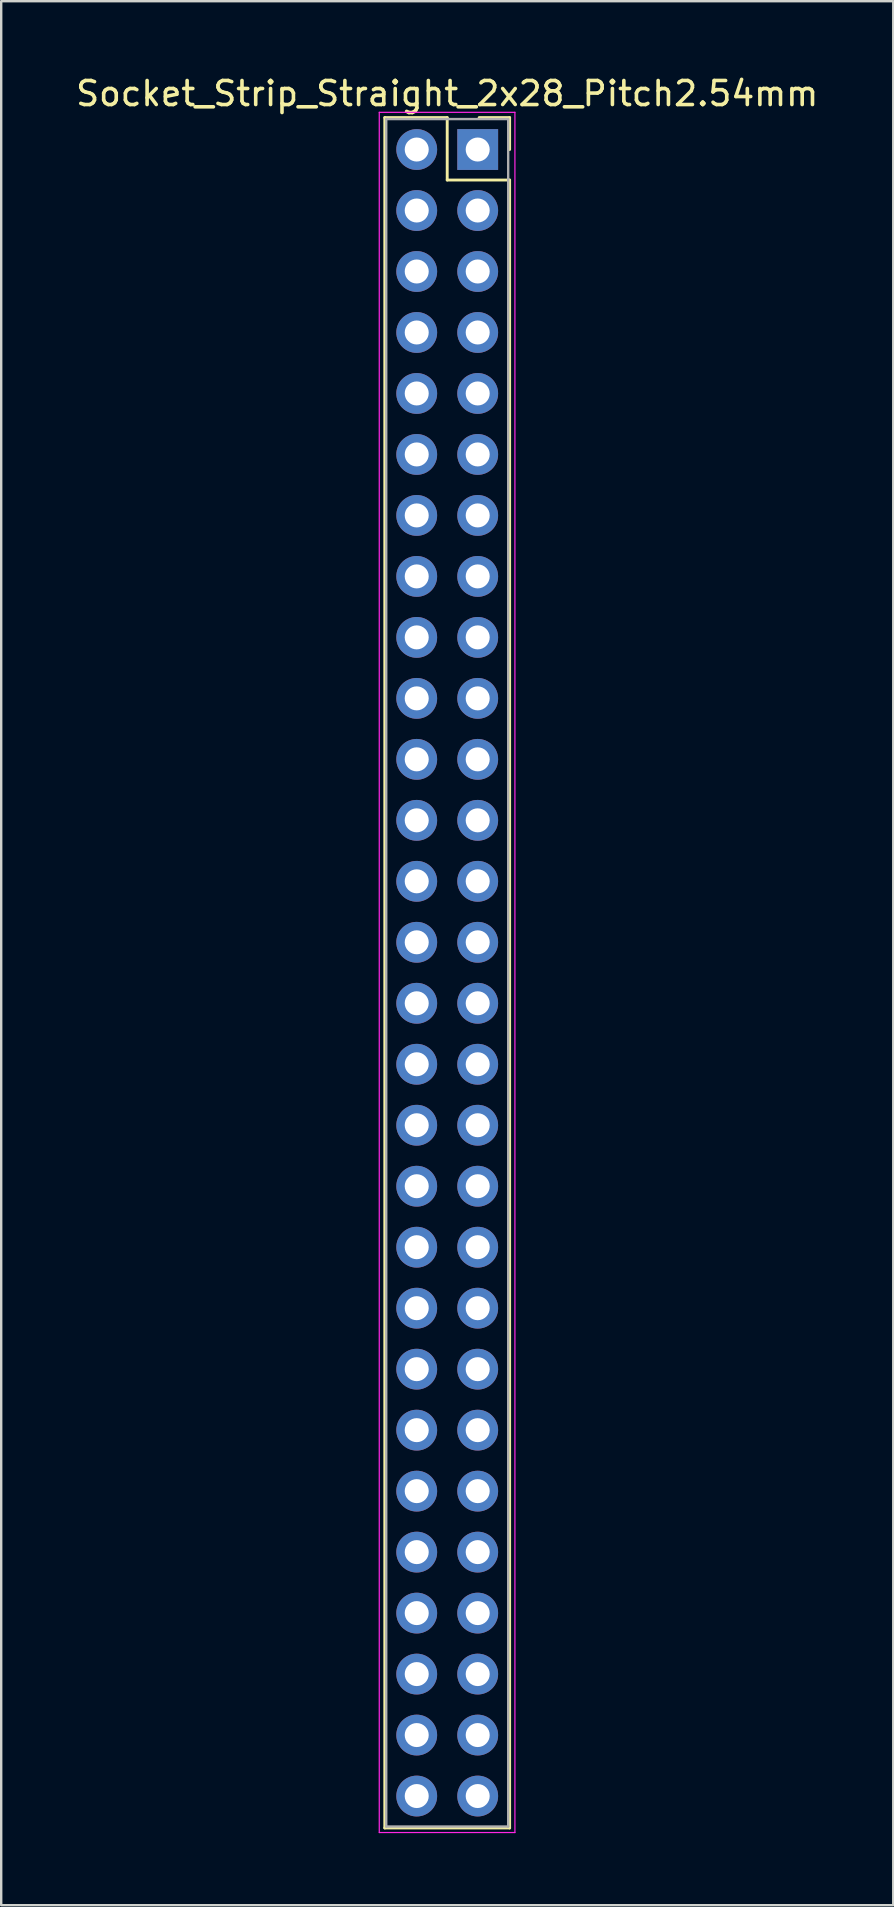
<source format=kicad_pcb>
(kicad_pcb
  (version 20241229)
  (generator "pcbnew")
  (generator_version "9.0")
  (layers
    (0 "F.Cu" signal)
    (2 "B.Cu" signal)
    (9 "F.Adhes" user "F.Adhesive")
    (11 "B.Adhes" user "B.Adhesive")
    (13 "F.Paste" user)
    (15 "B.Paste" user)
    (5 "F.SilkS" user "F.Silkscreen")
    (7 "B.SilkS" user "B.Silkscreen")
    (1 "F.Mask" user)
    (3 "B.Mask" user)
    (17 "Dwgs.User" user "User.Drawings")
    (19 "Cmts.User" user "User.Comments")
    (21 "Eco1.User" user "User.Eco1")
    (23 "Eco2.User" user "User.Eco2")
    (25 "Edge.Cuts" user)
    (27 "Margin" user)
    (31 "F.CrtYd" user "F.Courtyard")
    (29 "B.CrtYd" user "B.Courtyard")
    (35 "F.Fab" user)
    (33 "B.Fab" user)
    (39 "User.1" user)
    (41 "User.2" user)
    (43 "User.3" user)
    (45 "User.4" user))
  (footprint "Socket_Strip_Straight_2x28_Pitch2.54mm"
    (layer "F.Cu")
    (at 16.847 3.178)
    (property "Reference" "Socket_Strip_Straight_2x28_Pitch2.54mm" (at -1.27 -2.33 0) (layer "F.SilkS") (effects (font (size 1 1) (thickness 0.15))))
    (attr through_hole)
    (fp_line (start -3.87 -1.33) (end -1.27 -1.33) (stroke (width 0.12) (type solid)) (layer "F.SilkS"))
    (fp_line (start -3.87 69.91) (end -3.87 -1.33) (stroke (width 0.12) (type solid)) (layer "F.SilkS"))
    (fp_line (start -1.27 -1.33) (end -1.27 1.27) (stroke (width 0.12) (type solid)) (layer "F.SilkS"))
    (fp_line (start -1.27 1.27) (end 1.33 1.27) (stroke (width 0.12) (type solid)) (layer "F.SilkS"))
    (fp_line (start 1.33 -1.33) (end 0.06 -1.33) (stroke (width 0.12) (type solid)) (layer "F.SilkS"))
    (fp_line (start 1.33 0) (end 1.33 -1.33) (stroke (width 0.12) (type solid)) (layer "F.SilkS"))
    (fp_line (start 1.33 1.27) (end 1.33 69.91) (stroke (width 0.12) (type solid)) (layer "F.SilkS"))
    (fp_line (start 1.33 69.91) (end -3.87 69.91) (stroke (width 0.12) (type solid)) (layer "F.SilkS"))
    (fp_line (start -4.1 -1.55) (end -4.1 70.1) (stroke (width 0.05) (type solid)) (layer "F.CrtYd"))
    (fp_line (start -4.1 70.1) (end 1.55 70.1) (stroke (width 0.05) (type solid)) (layer "F.CrtYd"))
    (fp_line (start 1.55 -1.55) (end -4.1 -1.55) (stroke (width 0.05) (type solid)) (layer "F.CrtYd"))
    (fp_line (start 1.55 70.1) (end 1.55 -1.55) (stroke (width 0.05) (type solid)) (layer "F.CrtYd"))
    (fp_line (start -3.81 -1.27) (end -3.81 69.85) (stroke (width 0.1) (type solid)) (layer "F.Fab"))
    (fp_line (start -3.81 69.85) (end 1.27 69.85) (stroke (width 0.1) (type solid)) (layer "F.Fab"))
    (fp_line (start 1.27 -1.27) (end -3.81 -1.27) (stroke (width 0.1) (type solid)) (layer "F.Fab"))
    (fp_line (start 1.27 69.85) (end 1.27 -1.27) (stroke (width 0.1) (type solid)) (layer "F.Fab"))
    (pad "1" thru_hole rect (at 0 0) (size 1.7 1.7) (drill 1) (layers "*.Cu" "*.Mask"))
    (pad "2" thru_hole oval (at -2.54 0) (size 1.7 1.7) (drill 1) (layers "*.Cu" "*.Mask"))
    (pad "3" thru_hole oval (at 0 2.54) (size 1.7 1.7) (drill 1) (layers "*.Cu" "*.Mask"))
    (pad "4" thru_hole oval (at -2.54 2.54) (size 1.7 1.7) (drill 1) (layers "*.Cu" "*.Mask"))
    (pad "5" thru_hole oval (at 0 5.08) (size 1.7 1.7) (drill 1) (layers "*.Cu" "*.Mask"))
    (pad "6" thru_hole oval (at -2.54 5.08) (size 1.7 1.7) (drill 1) (layers "*.Cu" "*.Mask"))
    (pad "7" thru_hole oval (at 0 7.62) (size 1.7 1.7) (drill 1) (layers "*.Cu" "*.Mask"))
    (pad "8" thru_hole oval (at -2.54 7.62) (size 1.7 1.7) (drill 1) (layers "*.Cu" "*.Mask"))
    (pad "9" thru_hole oval (at 0 10.16) (size 1.7 1.7) (drill 1) (layers "*.Cu" "*.Mask"))
    (pad "10" thru_hole oval (at -2.54 10.16) (size 1.7 1.7) (drill 1) (layers "*.Cu" "*.Mask"))
    (pad "11" thru_hole oval (at 0 12.7) (size 1.7 1.7) (drill 1) (layers "*.Cu" "*.Mask"))
    (pad "12" thru_hole oval (at -2.54 12.7) (size 1.7 1.7) (drill 1) (layers "*.Cu" "*.Mask"))
    (pad "13" thru_hole oval (at 0 15.24) (size 1.7 1.7) (drill 1) (layers "*.Cu" "*.Mask"))
    (pad "14" thru_hole oval (at -2.54 15.24) (size 1.7 1.7) (drill 1) (layers "*.Cu" "*.Mask"))
    (pad "15" thru_hole oval (at 0 17.78) (size 1.7 1.7) (drill 1) (layers "*.Cu" "*.Mask"))
    (pad "16" thru_hole oval (at -2.54 17.78) (size 1.7 1.7) (drill 1) (layers "*.Cu" "*.Mask"))
    (pad "17" thru_hole oval (at 0 20.32) (size 1.7 1.7) (drill 1) (layers "*.Cu" "*.Mask"))
    (pad "18" thru_hole oval (at -2.54 20.32) (size 1.7 1.7) (drill 1) (layers "*.Cu" "*.Mask"))
    (pad "19" thru_hole oval (at 0 22.86) (size 1.7 1.7) (drill 1) (layers "*.Cu" "*.Mask"))
    (pad "20" thru_hole oval (at -2.54 22.86) (size 1.7 1.7) (drill 1) (layers "*.Cu" "*.Mask"))
    (pad "21" thru_hole oval (at 0 25.4) (size 1.7 1.7) (drill 1) (layers "*.Cu" "*.Mask"))
    (pad "22" thru_hole oval (at -2.54 25.4) (size 1.7 1.7) (drill 1) (layers "*.Cu" "*.Mask"))
    (pad "23" thru_hole oval (at 0 27.94) (size 1.7 1.7) (drill 1) (layers "*.Cu" "*.Mask"))
    (pad "24" thru_hole oval (at -2.54 27.94) (size 1.7 1.7) (drill 1) (layers "*.Cu" "*.Mask"))
    (pad "25" thru_hole oval (at 0 30.48) (size 1.7 1.7) (drill 1) (layers "*.Cu" "*.Mask"))
    (pad "26" thru_hole oval (at -2.54 30.48) (size 1.7 1.7) (drill 1) (layers "*.Cu" "*.Mask"))
    (pad "27" thru_hole oval (at 0 33.02) (size 1.7 1.7) (drill 1) (layers "*.Cu" "*.Mask"))
    (pad "28" thru_hole oval (at -2.54 33.02) (size 1.7 1.7) (drill 1) (layers "*.Cu" "*.Mask"))
    (pad "29" thru_hole oval (at 0 35.56) (size 1.7 1.7) (drill 1) (layers "*.Cu" "*.Mask"))
    (pad "30" thru_hole oval (at -2.54 35.56) (size 1.7 1.7) (drill 1) (layers "*.Cu" "*.Mask"))
    (pad "31" thru_hole oval (at 0 38.1) (size 1.7 1.7) (drill 1) (layers "*.Cu" "*.Mask"))
    (pad "32" thru_hole oval (at -2.54 38.1) (size 1.7 1.7) (drill 1) (layers "*.Cu" "*.Mask"))
    (pad "33" thru_hole oval (at 0 40.64) (size 1.7 1.7) (drill 1) (layers "*.Cu" "*.Mask"))
    (pad "34" thru_hole oval (at -2.54 40.64) (size 1.7 1.7) (drill 1) (layers "*.Cu" "*.Mask"))
    (pad "35" thru_hole oval (at 0 43.18) (size 1.7 1.7) (drill 1) (layers "*.Cu" "*.Mask"))
    (pad "36" thru_hole oval (at -2.54 43.18) (size 1.7 1.7) (drill 1) (layers "*.Cu" "*.Mask"))
    (pad "37" thru_hole oval (at 0 45.72) (size 1.7 1.7) (drill 1) (layers "*.Cu" "*.Mask"))
    (pad "38" thru_hole oval (at -2.54 45.72) (size 1.7 1.7) (drill 1) (layers "*.Cu" "*.Mask"))
    (pad "39" thru_hole oval (at 0 48.26) (size 1.7 1.7) (drill 1) (layers "*.Cu" "*.Mask"))
    (pad "40" thru_hole oval (at -2.54 48.26) (size 1.7 1.7) (drill 1) (layers "*.Cu" "*.Mask"))
    (pad "41" thru_hole oval (at 0 50.8) (size 1.7 1.7) (drill 1) (layers "*.Cu" "*.Mask"))
    (pad "42" thru_hole oval (at -2.54 50.8) (size 1.7 1.7) (drill 1) (layers "*.Cu" "*.Mask"))
    (pad "43" thru_hole oval (at 0 53.34) (size 1.7 1.7) (drill 1) (layers "*.Cu" "*.Mask"))
    (pad "44" thru_hole oval (at -2.54 53.34) (size 1.7 1.7) (drill 1) (layers "*.Cu" "*.Mask"))
    (pad "45" thru_hole oval (at 0 55.88) (size 1.7 1.7) (drill 1) (layers "*.Cu" "*.Mask"))
    (pad "46" thru_hole oval (at -2.54 55.88) (size 1.7 1.7) (drill 1) (layers "*.Cu" "*.Mask"))
    (pad "47" thru_hole oval (at 0 58.42) (size 1.7 1.7) (drill 1) (layers "*.Cu" "*.Mask"))
    (pad "48" thru_hole oval (at -2.54 58.42) (size 1.7 1.7) (drill 1) (layers "*.Cu" "*.Mask"))
    (pad "49" thru_hole oval (at 0 60.96) (size 1.7 1.7) (drill 1) (layers "*.Cu" "*.Mask"))
    (pad "50" thru_hole oval (at -2.54 60.96) (size 1.7 1.7) (drill 1) (layers "*.Cu" "*.Mask"))
    (pad "51" thru_hole oval (at 0 63.5) (size 1.7 1.7) (drill 1) (layers "*.Cu" "*.Mask"))
    (pad "52" thru_hole oval (at -2.54 63.5) (size 1.7 1.7) (drill 1) (layers "*.Cu" "*.Mask"))
    (pad "53" thru_hole oval (at 0 66.04) (size 1.7 1.7) (drill 1) (layers "*.Cu" "*.Mask"))
    (pad "54" thru_hole oval (at -2.54 66.04) (size 1.7 1.7) (drill 1) (layers "*.Cu" "*.Mask"))
    (pad "55" thru_hole oval (at 0 68.58) (size 1.7 1.7) (drill 1) (layers "*.Cu" "*.Mask"))
    (pad "56" thru_hole oval (at -2.54 68.58) (size 1.7 1.7) (drill 1) (layers "*.Cu" "*.Mask")))
  (gr_rect
    (start -3 -3)
    (end 34.155 76.303)
    (stroke (width 0.1) (type default))
    (fill no)
    (layer "Edge.Cuts")))
</source>
